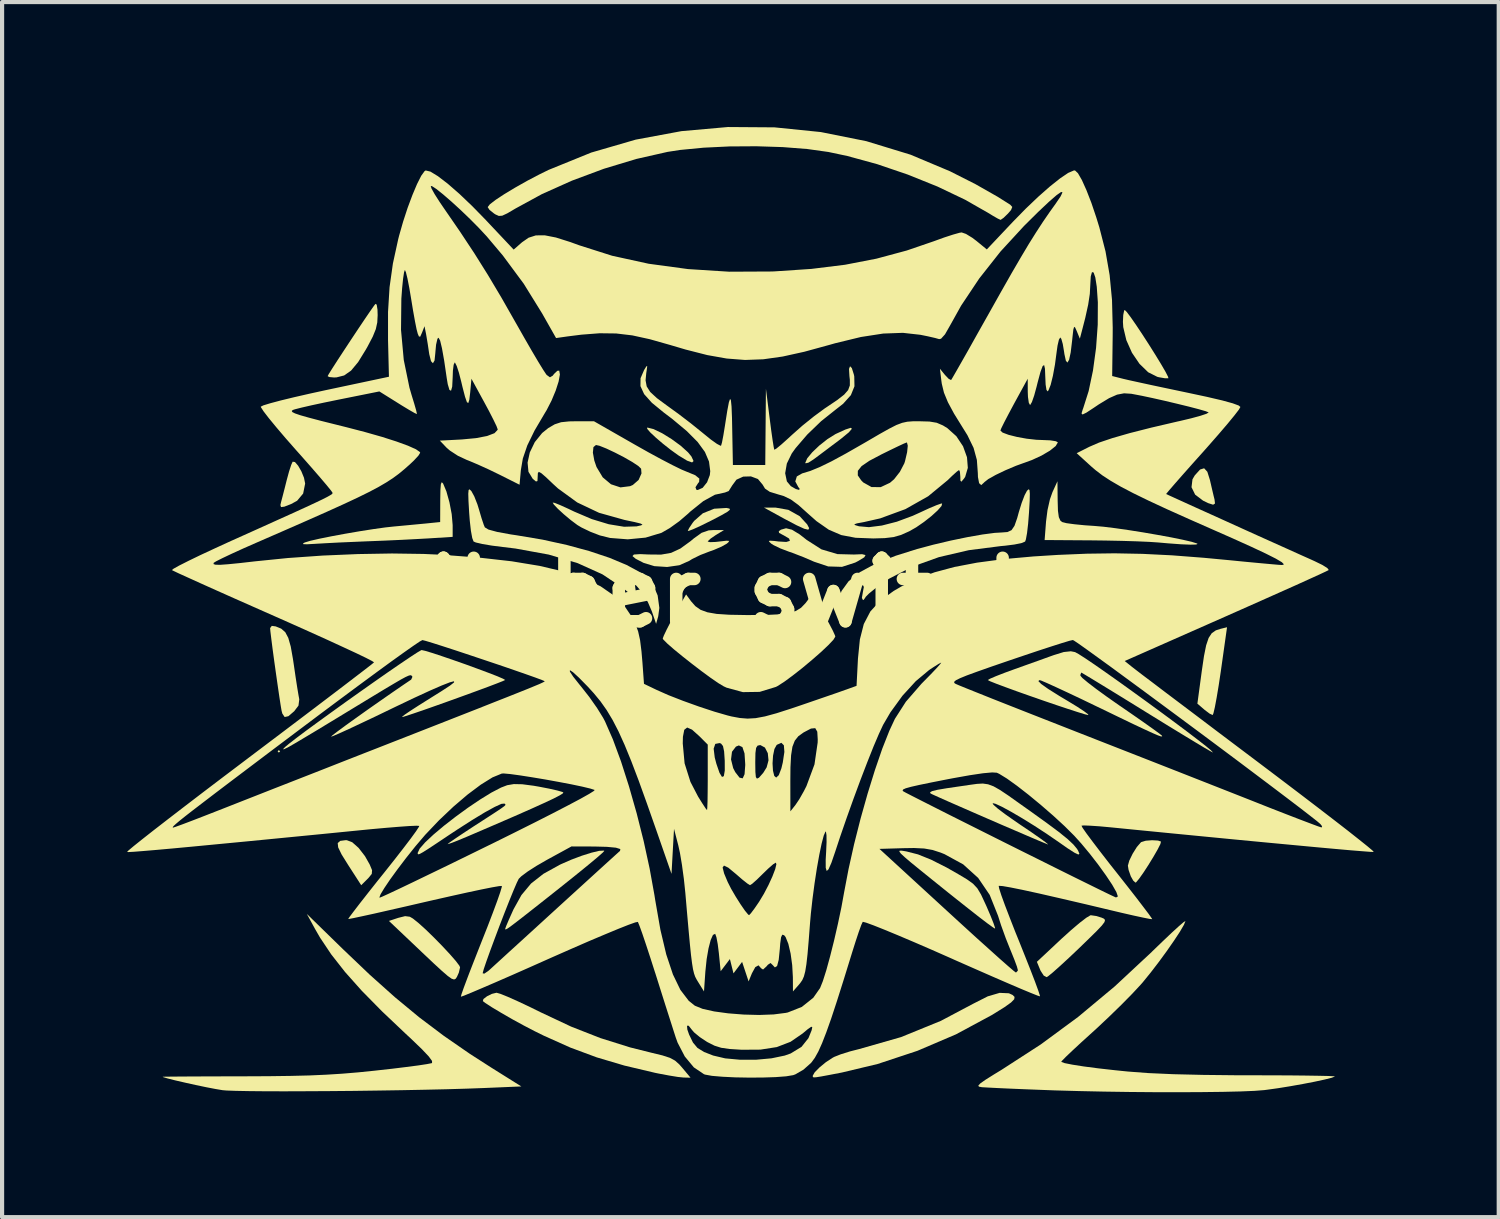
<source format=kicad_pcb>
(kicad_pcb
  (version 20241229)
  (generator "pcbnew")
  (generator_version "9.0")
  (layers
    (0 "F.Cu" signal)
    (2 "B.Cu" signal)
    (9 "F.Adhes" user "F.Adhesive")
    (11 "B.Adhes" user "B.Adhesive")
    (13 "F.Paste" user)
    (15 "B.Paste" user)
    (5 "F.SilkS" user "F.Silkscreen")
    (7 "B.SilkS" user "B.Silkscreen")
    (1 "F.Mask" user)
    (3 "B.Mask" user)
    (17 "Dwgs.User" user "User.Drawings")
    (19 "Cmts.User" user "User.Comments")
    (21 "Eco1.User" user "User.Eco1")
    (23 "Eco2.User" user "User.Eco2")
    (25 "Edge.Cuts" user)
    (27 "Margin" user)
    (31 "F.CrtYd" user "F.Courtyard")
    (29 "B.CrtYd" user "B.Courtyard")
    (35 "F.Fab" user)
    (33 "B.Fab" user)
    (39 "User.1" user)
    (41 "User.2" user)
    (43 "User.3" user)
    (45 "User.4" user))
  (footprint "witcher_switcher"
    (layer "F.Cu")
    (at 14.965 11.178)
    (property "Reference" "witcher_switcher" (at 0 0 0) (layer "F.SilkS") (effects (font (size 1.524 1.524) (thickness 0.3))))
    (attr board_only exclude_from_pos_files exclude_from_bom)
    (fp_poly (pts (xy -11.289 3.813) (xy -11.319 3.843) (xy -11.349 3.813) (xy -11.319 3.783)) (stroke (width 0) (type solid)) (fill yes) (layer "F.SilkS"))
    (fp_poly (pts (xy 0.914 -1.986) (xy 1.187 -1.833) (xy 1.367 -1.636) (xy 1.414 -1.545) (xy 1.393 -1.509) (xy 1.295 -1.532) (xy 1.114 -1.615) (xy 0.839 -1.76) (xy 0.811 -1.775) (xy 0.33 -2.039) (xy 0.607 -2.04)) (stroke (width 0) (type solid)) (fill yes) (layer "F.SilkS"))
    (fp_poly (pts (xy -9.557 5.996) (xy -9.404 6.132) (xy -9.251 6.33) (xy -9.138 6.53) (xy -9.081 6.667) (xy -9.088 6.756) (xy -9.169 6.855) (xy -9.192 6.878) (xy -9.342 7.027) (xy -9.658 6.537) (xy -9.813 6.288) (xy -9.895 6.119) (xy -9.906 6.016) (xy -9.847 5.963) (xy -9.719 5.946) (xy -9.688 5.946)) (stroke (width 0) (type solid)) (fill yes) (layer "F.SilkS"))
    (fp_poly (pts (xy 10.975 -2.9) (xy 11.038 -2.699) (xy 11.04 -2.69) (xy 11.088 -2.482) (xy 11.13 -2.304) (xy 11.147 -2.237) (xy 11.159 -2.138) (xy 11.114 -2.109) (xy 10.995 -2.147) (xy 10.872 -2.207) (xy 10.682 -2.351) (xy 10.595 -2.529) (xy 10.618 -2.719) (xy 10.673 -2.813) (xy 10.801 -2.954) (xy 10.898 -2.984)) (stroke (width 0) (type solid)) (fill yes) (layer "F.SilkS"))
    (fp_poly (pts (xy -2.323 -3.925) (xy -2.117 -3.826) (xy -1.889 -3.685) (xy -1.67 -3.525) (xy -1.494 -3.366) (xy -1.414 -3.269) (xy -1.362 -3.158) (xy -1.397 -3.124) (xy -1.515 -3.166) (xy -1.71 -3.284) (xy -1.717 -3.288) (xy -1.906 -3.423) (xy -2.096 -3.573) (xy -2.267 -3.719) (xy -2.4 -3.844) (xy -2.475 -3.931) (xy -2.475 -3.963)) (stroke (width 0) (type solid)) (fill yes) (layer "F.SilkS"))
    (fp_poly (pts (xy -0.569 -2.031) (xy -0.499 -2.016) (xy -0.488 -1.989) (xy -0.547 -1.94) (xy -0.689 -1.858) (xy -0.926 -1.734) (xy -0.946 -1.724) (xy -1.174 -1.611) (xy -1.357 -1.527) (xy -1.472 -1.482) (xy -1.501 -1.48) (xy -1.468 -1.548) (xy -1.385 -1.672) (xy -1.349 -1.719) (xy -1.139 -1.903) (xy -0.866 -2.013) (xy -0.573 -2.031)) (stroke (width 0) (type solid)) (fill yes) (layer "F.SilkS"))
    (fp_poly (pts (xy 11.299 1.888) (xy 11.248 2.227) (xy 11.199 2.521) (xy 11.156 2.751) (xy 11.122 2.897) (xy 11.102 2.942) (xy 11.029 2.907) (xy 10.912 2.819) (xy 10.896 2.805) (xy 10.736 2.668) (xy 10.841 1.889) (xy 10.894 1.528) (xy 10.946 1.268) (xy 11.006 1.09) (xy 11.081 0.976) (xy 11.179 0.908) (xy 11.293 0.871) (xy 11.448 0.833)) (stroke (width 0) (type solid)) (fill yes) (layer "F.SilkS"))
    (fp_poly (pts (xy -10.933 -3.134) (xy -10.856 -3.045) (xy -10.778 -2.909) (xy -10.716 -2.757) (xy -10.689 -2.623) (xy -10.688 -2.616) (xy -10.736 -2.377) (xy -10.881 -2.204) (xy -11.022 -2.127) (xy -11.188 -2.062) (xy -11.268 -2.052) (xy -11.282 -2.102) (xy -11.265 -2.177) (xy -11.231 -2.305) (xy -11.18 -2.503) (xy -11.13 -2.702) (xy -11.074 -2.908) (xy -11.022 -3.067) (xy -10.988 -3.142)) (stroke (width 0) (type solid)) (fill yes) (layer "F.SilkS"))
    (fp_poly (pts (xy 2.441 -3.933) (xy 2.367 -3.847) (xy 2.19 -3.701) (xy 2.126 -3.652) (xy 1.907 -3.488) (xy 1.7 -3.332) (xy 1.542 -3.214) (xy 1.516 -3.195) (xy 1.397 -3.119) (xy 1.328 -3.103) (xy 1.321 -3.115) (xy 1.367 -3.222) (xy 1.489 -3.369) (xy 1.659 -3.531) (xy 1.853 -3.684) (xy 2.043 -3.803) (xy 2.057 -3.81) (xy 2.286 -3.915) (xy 2.414 -3.956)) (stroke (width 0) (type solid)) (fill yes) (layer "F.SilkS"))
    (fp_poly (pts (xy 9.791 5.955) (xy 9.862 5.979) (xy 9.847 6.04) (xy 9.78 6.172) (xy 9.678 6.349) (xy 9.559 6.543) (xy 9.439 6.727) (xy 9.335 6.874) (xy 9.265 6.957) (xy 9.249 6.965) (xy 9.196 6.917) (xy 9.137 6.813) (xy 9.084 6.661) (xy 9.067 6.557) (xy 9.101 6.436) (xy 9.182 6.27) (xy 9.283 6.109) (xy 9.377 6) (xy 9.39 5.991) (xy 9.495 5.959) (xy 9.648 5.947)) (stroke (width 0) (type solid)) (fill yes) (layer "F.SilkS"))
    (fp_poly (pts (xy 9.04 -6.737) (xy 9.136 -6.61) (xy 9.266 -6.422) (xy 9.417 -6.195) (xy 9.576 -5.949) (xy 9.73 -5.704) (xy 9.866 -5.481) (xy 9.971 -5.3) (xy 10.032 -5.181) (xy 10.04 -5.145) (xy 9.959 -5.145) (xy 9.813 -5.17) (xy 9.773 -5.18) (xy 9.554 -5.29) (xy 9.346 -5.492) (xy 9.165 -5.758) (xy 9.03 -6.061) (xy 8.956 -6.373) (xy 8.948 -6.5) (xy 8.956 -6.666) (xy 8.977 -6.769) (xy 8.992 -6.785)) (stroke (width 0) (type solid)) (fill yes) (layer "F.SilkS"))
    (fp_poly (pts (xy -8.175 7.784) (xy -8.101 7.827) (xy -7.965 7.936) (xy -7.788 8.096) (xy -7.592 8.287) (xy -7.394 8.489) (xy -7.214 8.682) (xy -7.071 8.846) (xy -6.984 8.961) (xy -6.968 9) (xy -6.998 9.127) (xy -7.044 9.23) (xy -7.074 9.274) (xy -7.112 9.291) (xy -7.171 9.272) (xy -7.264 9.206) (xy -7.403 9.086) (xy -7.603 8.902) (xy -7.875 8.645) (xy -7.897 8.624) (xy -8.676 7.885) (xy -8.452 7.811) (xy -8.288 7.77)) (stroke (width 0) (type solid)) (fill yes) (layer "F.SilkS"))
    (fp_poly (pts (xy 8.309 7.767) (xy 8.436 7.806) (xy 8.492 7.831) (xy 8.518 7.862) (xy 8.505 7.913) (xy 8.442 7.996) (xy 8.32 8.125) (xy 8.13 8.312) (xy 7.893 8.542) (xy 7.651 8.771) (xy 7.436 8.969) (xy 7.264 9.122) (xy 7.151 9.214) (xy 7.117 9.235) (xy 7.047 9.198) (xy 6.972 9.083) (xy 6.962 9.06) (xy 6.882 8.867) (xy 7.479 8.308) (xy 7.706 8.103) (xy 7.909 7.931) (xy 8.068 7.809) (xy 8.165 7.751) (xy 8.178 7.748)) (stroke (width 0) (type solid)) (fill yes) (layer "F.SilkS"))
    (fp_poly (pts (xy -8.97 -6.913) (xy -8.951 -6.794) (xy -8.947 -6.662) (xy -8.956 -6.486) (xy -8.991 -6.326) (xy -9.064 -6.146) (xy -9.187 -5.911) (xy -9.23 -5.835) (xy -9.416 -5.533) (xy -9.585 -5.33) (xy -9.751 -5.213) (xy -9.933 -5.167) (xy -9.995 -5.164) (xy -10.109 -5.175) (xy -10.148 -5.196) (xy -10.117 -5.253) (xy -10.031 -5.39) (xy -9.905 -5.586) (xy -9.751 -5.821) (xy -9.583 -6.076) (xy -9.415 -6.329) (xy -9.258 -6.563) (xy -9.127 -6.755) (xy -9.035 -6.886) (xy -8.999 -6.932)) (stroke (width 0) (type solid)) (fill yes) (layer "F.SilkS"))
    (fp_poly (pts (xy -11.394 0.813) (xy -11.263 0.867) (xy -11.166 0.951) (xy -11.093 1.088) (xy -11.034 1.295) (xy -10.981 1.595) (xy -10.959 1.741) (xy -10.917 2.029) (xy -10.878 2.282) (xy -10.846 2.473) (xy -10.829 2.564) (xy -10.848 2.714) (xy -10.95 2.849) (xy -11.09 2.969) (xy -11.18 2.989) (xy -11.236 2.906) (xy -11.254 2.837) (xy -11.275 2.714) (xy -11.307 2.506) (xy -11.346 2.24) (xy -11.389 1.94) (xy -11.432 1.633) (xy -11.471 1.344) (xy -11.502 1.101) (xy -11.523 0.927) (xy -11.529 0.853) (xy -11.489 0.8)) (stroke (width 0) (type solid)) (fill yes) (layer "F.SilkS"))
    (fp_poly (pts (xy -3.504 6.203) (xy -3.543 6.245) (xy -3.663 6.351) (xy -3.852 6.509) (xy -4.097 6.709) (xy -4.386 6.941) (xy -4.574 7.091) (xy -4.959 7.396) (xy -5.261 7.634) (xy -5.488 7.812) (xy -5.653 7.939) (xy -5.764 8.023) (xy -5.833 8.07) (xy -5.869 8.088) (xy -5.883 8.086) (xy -5.885 8.076) (xy -5.861 8.007) (xy -5.798 7.859) (xy -5.709 7.66) (xy -5.685 7.607) (xy -5.494 7.263) (xy -5.264 6.987) (xy -4.967 6.754) (xy -4.579 6.539) (xy -4.544 6.522) (xy -4.297 6.414) (xy -4.044 6.319) (xy -3.812 6.246) (xy -3.628 6.202) (xy -3.519 6.196)) (stroke (width 0) (type solid)) (fill yes) (layer "F.SilkS"))
    (fp_poly (pts (xy 3.709 6.209) (xy 3.753 6.217) (xy 4.027 6.287) (xy 4.342 6.414) (xy 4.718 6.604) (xy 4.99 6.759) (xy 5.204 6.887) (xy 5.349 6.991) (xy 5.452 7.102) (xy 5.541 7.251) (xy 5.643 7.47) (xy 5.674 7.538) (xy 5.77 7.762) (xy 5.841 7.941) (xy 5.877 8.049) (xy 5.878 8.07) (xy 5.827 8.039) (xy 5.695 7.944) (xy 5.497 7.793) (xy 5.246 7.596) (xy 4.954 7.365) (xy 4.757 7.208) (xy 4.374 6.9) (xy 4.077 6.66) (xy 3.856 6.48) (xy 3.705 6.351) (xy 3.615 6.267) (xy 3.579 6.218) (xy 3.588 6.198) (xy 3.633 6.197)) (stroke (width 0) (type solid)) (fill yes) (layer "F.SilkS"))
    (fp_poly (pts (xy 6.21 9.622) (xy 6.298 9.662) (xy 6.346 9.709) (xy 6.338 9.765) (xy 6.262 9.843) (xy 6.107 9.954) (xy 5.86 10.108) (xy 5.794 10.148) (xy 4.94 10.608) (xy 4.015 11.003) (xy 3.058 11.32) (xy 2.2 11.525) (xy 1.904 11.582) (xy 1.705 11.619) (xy 1.585 11.638) (xy 1.525 11.642) (xy 1.503 11.632) (xy 1.501 11.61) (xy 1.501 11.6) (xy 1.547 11.52) (xy 1.662 11.403) (xy 1.815 11.277) (xy 1.975 11.172) (xy 2.017 11.149) (xy 2.171 11.088) (xy 2.394 11.018) (xy 2.617 10.961) (xy 3.621 10.674) (xy 4.577 10.284) (xy 5.349 9.875) (xy 5.702 9.696) (xy 5.988 9.612)) (stroke (width 0) (type solid)) (fill yes) (layer "F.SilkS"))
    (fp_poly (pts (xy 1.001 -1.509) (xy 1.185 -1.397) (xy 1.355 -1.264) (xy 1.71 -1.037) (xy 2.094 -0.923) (xy 2.488 -0.913) (xy 2.686 -0.921) (xy 2.768 -0.9) (xy 2.737 -0.846) (xy 2.591 -0.757) (xy 2.52 -0.72) (xy 2.203 -0.617) (xy 1.871 -0.627) (xy 1.531 -0.741) (xy 1.286 -0.847) (xy 1.02 -0.95) (xy 0.925 -0.983) (xy 0.727 -1.058) (xy 0.563 -1.137) (xy 0.504 -1.174) (xy 0.447 -1.226) (xy 0.465 -1.246) (xy 0.575 -1.239) (xy 0.676 -1.226) (xy 0.865 -1.215) (xy 0.952 -1.241) (xy 0.932 -1.297) (xy 0.799 -1.376) (xy 0.797 -1.376) (xy 0.691 -1.433) (xy 0.685 -1.474) (xy 0.738 -1.51) (xy 0.859 -1.544)) (stroke (width 0) (type solid)) (fill yes) (layer "F.SilkS"))
    (fp_poly (pts (xy -0.63 -1.501) (xy -0.826 -1.382) (xy -0.951 -1.296) (xy -1.018 -1.234) (xy -1.021 -1.225) (xy -0.968 -1.21) (xy -0.832 -1.215) (xy -0.736 -1.226) (xy -0.57 -1.245) (xy -0.506 -1.24) (xy -0.526 -1.206) (xy -0.564 -1.174) (xy -0.687 -1.104) (xy -0.872 -1.024) (xy -0.985 -0.984) (xy -1.2 -0.901) (xy -1.397 -0.804) (xy -1.467 -0.76) (xy -1.703 -0.656) (xy -1.997 -0.614) (xy -2.303 -0.634) (xy -2.56 -0.712) (xy -2.75 -0.81) (xy -2.829 -0.876) (xy -2.794 -0.913) (xy -2.644 -0.923) (xy -2.441 -0.914) (xy -2.141 -0.911) (xy -1.901 -0.953) (xy -1.679 -1.056) (xy -1.435 -1.233) (xy -1.355 -1.3) (xy -1.169 -1.434) (xy -0.998 -1.493) (xy -0.875 -1.501)) (stroke (width 0) (type solid)) (fill yes) (layer "F.SilkS"))
    (fp_poly (pts (xy 7.381 -2.209) (xy 7.388 -1.963) (xy 7.409 -1.811) (xy 7.447 -1.726) (xy 7.491 -1.692) (xy 7.592 -1.666) (xy 7.783 -1.64) (xy 8.035 -1.615) (xy 8.257 -1.6) (xy 8.477 -1.581) (xy 8.762 -1.546) (xy 9.089 -1.499) (xy 9.437 -1.444) (xy 9.783 -1.384) (xy 10.106 -1.325) (xy 10.385 -1.268) (xy 10.597 -1.219) (xy 10.721 -1.18) (xy 10.741 -1.168) (xy 10.706 -1.153) (xy 10.567 -1.15) (xy 10.341 -1.159) (xy 10.041 -1.181) (xy 9.788 -1.203) (xy 9.579 -1.217) (xy 9.279 -1.23) (xy 8.919 -1.241) (xy 8.527 -1.249) (xy 8.203 -1.253) (xy 7.068 -1.261) (xy 7.102 -1.705) (xy 7.137 -1.979) (xy 7.196 -2.241) (xy 7.256 -2.41) (xy 7.376 -2.672)) (stroke (width 0) (type solid)) (fill yes) (layer "F.SilkS"))
    (fp_poly (pts (xy -6.001 9.635) (xy -5.822 9.707) (xy -5.578 9.816) (xy -5.287 9.953) (xy -5.042 10.074) (xy -4.302 10.422) (xy -3.598 10.698) (xy -2.887 10.921) (xy -2.372 11.05) (xy -2.108 11.114) (xy -1.93 11.172) (xy -1.806 11.239) (xy -1.703 11.331) (xy -1.633 11.411) (xy -1.434 11.649) (xy -1.603 11.645) (xy -1.739 11.631) (xy -1.953 11.596) (xy -2.204 11.549) (xy -2.282 11.533) (xy -3.022 11.358) (xy -3.686 11.161) (xy -4.317 10.927) (xy -4.958 10.64) (xy -5.179 10.531) (xy -5.438 10.396) (xy -5.713 10.246) (xy -5.975 10.095) (xy -6.201 9.96) (xy -6.363 9.855) (xy -6.421 9.81) (xy -6.407 9.76) (xy -6.321 9.694) (xy -6.203 9.636) (xy -6.093 9.609) (xy -6.093 9.609)) (stroke (width 0) (type solid)) (fill yes) (layer "F.SilkS"))
    (fp_poly (pts (xy -7.376 -2.619) (xy -7.296 -2.428) (xy -7.223 -2.166) (xy -7.169 -1.884) (xy -7.147 -1.631) (xy -7.146 -1.614) (xy -7.146 -1.337) (xy -7.731 -1.3) (xy -8.02 -1.284) (xy -8.385 -1.265) (xy -8.779 -1.247) (xy -9.158 -1.232) (xy -9.187 -1.231) (xy -9.538 -1.216) (xy -9.884 -1.201) (xy -10.188 -1.185) (xy -10.415 -1.172) (xy -10.448 -1.17) (xy -10.648 -1.159) (xy -10.738 -1.163) (xy -10.731 -1.185) (xy -10.695 -1.203) (xy -10.566 -1.242) (xy -10.344 -1.293) (xy -10.056 -1.351) (xy -9.727 -1.412) (xy -9.384 -1.471) (xy -9.053 -1.523) (xy -8.76 -1.564) (xy -8.557 -1.586) (xy -8.276 -1.612) (xy -7.982 -1.64) (xy -7.791 -1.658) (xy -7.446 -1.693) (xy -7.444 -2.213) (xy -7.44 -2.461) (xy -7.429 -2.602) (xy -7.408 -2.65)) (stroke (width 0) (type solid)) (fill yes) (layer "F.SilkS"))
    (fp_poly (pts (xy -6.704 -2.444) (xy -6.694 -2.432) (xy -6.626 -2.307) (xy -6.551 -2.116) (xy -6.51 -1.982) (xy -6.452 -1.784) (xy -6.399 -1.626) (xy -6.373 -1.565) (xy -6.285 -1.512) (xy -6.078 -1.456) (xy -5.752 -1.396) (xy -5.61 -1.375) (xy -4.99 -1.271) (xy -4.403 -1.142) (xy -3.862 -0.995) (xy -3.38 -0.834) (xy -2.971 -0.663) (xy -2.647 -0.488) (xy -2.423 -0.312) (xy -2.345 -0.215) (xy -2.224 0.069) (xy -2.183 0.369) (xy -2.21 0.57) (xy -2.261 0.751) (xy -2.364 0.45) (xy -2.456 0.235) (xy -2.57 0.037) (xy -2.62 -0.03) (xy -2.773 -0.21) (xy -2.749 -0.024) (xy -2.726 0.162) (xy -3.059 -0.11) (xy -3.551 -0.438) (xy -4.145 -0.706) (xy -4.841 -0.912) (xy -5.637 -1.057) (xy -5.935 -1.093) (xy -6.204 -1.127) (xy -6.432 -1.165) (xy -6.589 -1.202) (xy -6.644 -1.226) (xy -6.676 -1.31) (xy -6.708 -1.486) (xy -6.735 -1.725) (xy -6.75 -1.922) (xy -6.766 -2.199) (xy -6.771 -2.374) (xy -6.763 -2.462) (xy -6.742 -2.479)) (stroke (width 0) (type solid)) (fill yes) (layer "F.SilkS"))
    (fp_poly (pts (xy 1.764 0.513) (xy 1.886 0.73) (xy 1.981 0.912) (xy 2.035 1.031) (xy 2.042 1.058) (xy 1.997 1.133) (xy 1.875 1.262) (xy 1.698 1.429) (xy 1.483 1.617) (xy 1.252 1.81) (xy 1.024 1.989) (xy 0.819 2.14) (xy 0.658 2.244) (xy 0.615 2.266) (xy 0.226 2.385) (xy -0.177 2.391) (xy -0.569 2.284) (xy -0.64 2.251) (xy -0.768 2.174) (xy -0.951 2.048) (xy -1.169 1.888) (xy -1.403 1.709) (xy -1.631 1.529) (xy -1.835 1.362) (xy -1.993 1.224) (xy -2.086 1.131) (xy -2.102 1.104) (xy -2.075 1.032) (xy -2.004 0.883) (xy -1.904 0.689) (xy -1.79 0.477) (xy -1.694 0.308) (xy -1.541 0.045) (xy -1.421 0.21) (xy -1.318 0.327) (xy -1.194 0.414) (xy -1.03 0.474) (xy -0.806 0.513) (xy -0.505 0.533) (xy -0.107 0.54) (xy 0.001 0.54) (xy 0.405 0.537) (xy 0.709 0.522) (xy 0.933 0.492) (xy 1.097 0.441) (xy 1.221 0.364) (xy 1.325 0.256) (xy 1.367 0.201) (xy 1.486 0.038)) (stroke (width 0) (type solid)) (fill yes) (layer "F.SilkS"))
    (fp_poly (pts (xy 0.582 -11.17) (xy 1.695 -11.057) (xy 2.788 -10.838) (xy 3.848 -10.514) (xy 4.795 -10.116) (xy 5.406 -9.807) (xy 5.939 -9.504) (xy 6.243 -9.312) (xy 6.291 -9.259) (xy 6.262 -9.186) (xy 6.188 -9.1) (xy 6.083 -8.998) (xy 6.014 -8.95) (xy 6.009 -8.949) (xy 5.942 -8.98) (xy 5.812 -9.055) (xy 5.735 -9.103) (xy 5.159 -9.432) (xy 4.497 -9.748) (xy 3.782 -10.036) (xy 3.048 -10.286) (xy 2.329 -10.483) (xy 1.875 -10.579) (xy 1.368 -10.65) (xy 0.78 -10.696) (xy 0.146 -10.716) (xy -0.499 -10.712) (xy -1.12 -10.682) (xy -1.68 -10.628) (xy -1.986 -10.581) (xy -2.736 -10.411) (xy -3.514 -10.176) (xy -4.282 -9.89) (xy -5.005 -9.566) (xy -5.645 -9.217) (xy -5.646 -9.216) (xy -5.835 -9.105) (xy -5.955 -9.049) (xy -6.037 -9.043) (xy -6.116 -9.078) (xy -6.152 -9.101) (xy -6.261 -9.188) (xy -6.305 -9.255) (xy -6.254 -9.321) (xy -6.116 -9.428) (xy -5.908 -9.565) (xy -5.651 -9.72) (xy -5.363 -9.883) (xy -5.064 -10.04) (xy -4.842 -10.149) (xy -3.818 -10.565) (xy -2.751 -10.875) (xy -1.653 -11.079) (xy -0.538 -11.178)) (stroke (width 0) (type solid)) (fill yes) (layer "F.SilkS"))
    (fp_poly (pts (xy 5.71 4.604) (xy 5.84 4.652) (xy 5.994 4.739) (xy 6.192 4.871) (xy 6.452 5.056) (xy 6.755 5.271) (xy 7.126 5.538) (xy 7.409 5.749) (xy 7.615 5.915) (xy 7.756 6.047) (xy 7.846 6.155) (xy 7.873 6.2) (xy 7.903 6.273) (xy 7.878 6.291) (xy 7.787 6.248) (xy 7.62 6.141) (xy 7.416 5.998) (xy 7.126 5.799) (xy 6.826 5.603) (xy 6.534 5.422) (xy 6.268 5.266) (xy 6.047 5.146) (xy 5.89 5.073) (xy 5.818 5.056) (xy 5.839 5.096) (xy 5.945 5.189) (xy 6.122 5.323) (xy 6.354 5.486) (xy 6.49 5.579) (xy 6.742 5.749) (xy 6.945 5.89) (xy 7.086 5.992) (xy 7.149 6.044) (xy 7.146 6.048) (xy 7.067 6.016) (xy 6.899 5.946) (xy 6.66 5.844) (xy 6.369 5.719) (xy 6.043 5.579) (xy 5.702 5.431) (xy 5.362 5.283) (xy 5.042 5.143) (xy 4.761 5.02) (xy 4.536 4.92) (xy 4.386 4.852) (xy 4.328 4.824) (xy 4.318 4.795) (xy 4.369 4.767) (xy 4.497 4.736) (xy 4.716 4.699) (xy 5.038 4.652) (xy 5.269 4.618) (xy 5.444 4.594) (xy 5.585 4.586)) (stroke (width 0) (type solid)) (fill yes) (layer "F.SilkS"))
    (fp_poly (pts (xy -5.476 4.603) (xy -5.201 4.639) (xy -5.074 4.661) (xy -4.831 4.708) (xy -4.633 4.753) (xy -4.511 4.788) (xy -4.488 4.8) (xy -4.502 4.824) (xy -4.579 4.872) (xy -4.726 4.948) (xy -4.95 5.053) (xy -5.257 5.192) (xy -5.654 5.367) (xy -6.148 5.581) (xy -6.746 5.838) (xy -6.8 5.861) (xy -7.011 5.949) (xy -7.172 6.012) (xy -7.258 6.04) (xy -7.266 6.039) (xy -7.218 6) (xy -7.088 5.91) (xy -6.894 5.78) (xy -6.654 5.622) (xy -6.59 5.581) (xy -6.304 5.396) (xy -6.104 5.266) (xy -5.977 5.181) (xy -5.906 5.129) (xy -5.879 5.101) (xy -5.881 5.085) (xy -5.898 5.07) (xy -5.902 5.067) (xy -5.976 5.074) (xy -6.136 5.147) (xy -6.374 5.278) (xy -6.679 5.463) (xy -7.041 5.695) (xy -7.236 5.824) (xy -7.523 6.016) (xy -7.726 6.15) (xy -7.859 6.234) (xy -7.937 6.277) (xy -7.974 6.286) (xy -7.985 6.27) (xy -7.986 6.251) (xy -7.938 6.149) (xy -7.805 5.997) (xy -7.605 5.81) (xy -7.355 5.6) (xy -7.074 5.382) (xy -6.779 5.167) (xy -6.487 4.97) (xy -6.217 4.804) (xy -5.985 4.683) (xy -5.837 4.626) (xy -5.677 4.599)) (stroke (width 0) (type solid)) (fill yes) (layer "F.SilkS"))
    (fp_poly (pts (xy 6.705 -2.462) (xy 6.713 -2.375) (xy 6.709 -2.201) (xy 6.693 -1.923) (xy 6.693 -1.922) (xy 6.672 -1.654) (xy 6.646 -1.429) (xy 6.618 -1.275) (xy 6.599 -1.224) (xy 6.518 -1.19) (xy 6.347 -1.154) (xy 6.119 -1.125) (xy 6.019 -1.116) (xy 5.246 -1.017) (xy 4.532 -0.851) (xy 3.89 -0.621) (xy 3.336 -0.334) (xy 3.185 -0.234) (xy 2.994 -0.093) (xy 2.848 0.026) (xy 2.769 0.106) (xy 2.762 0.122) (xy 2.719 0.179) (xy 2.706 0.18) (xy 2.68 0.13) (xy 2.702 0) (xy 2.727 -0.134) (xy 2.705 -0.179) (xy 2.649 -0.147) (xy 2.57 -0.054) (xy 2.481 0.086) (xy 2.396 0.259) (xy 2.335 0.42) (xy 2.263 0.609) (xy 2.206 0.679) (xy 2.16 0.634) (xy 2.128 0.512) (xy 2.114 0.225) (xy 2.19 -0.035) (xy 2.361 -0.271) (xy 2.631 -0.489) (xy 3.007 -0.692) (xy 3.493 -0.884) (xy 4.006 -1.045) (xy 4.399 -1.15) (xy 4.81 -1.247) (xy 5.211 -1.33) (xy 5.574 -1.394) (xy 5.871 -1.433) (xy 6.03 -1.442) (xy 6.175 -1.453) (xy 6.273 -1.498) (xy 6.344 -1.602) (xy 6.409 -1.787) (xy 6.449 -1.933) (xy 6.517 -2.153) (xy 6.588 -2.338) (xy 6.644 -2.443) (xy 6.683 -2.48)) (stroke (width 0) (type solid)) (fill yes) (layer "F.SilkS"))
    (fp_poly (pts (xy -9.782 8.561) (xy -9.136 9.177) (xy -8.533 9.716) (xy -7.949 10.199) (xy -7.357 10.645) (xy -6.732 11.077) (xy -6.215 11.409) (xy -5.497 11.859) (xy -6.396 11.897) (xy -6.808 11.912) (xy -7.283 11.926) (xy -7.807 11.938) (xy -8.366 11.949) (xy -8.945 11.958) (xy -9.53 11.966) (xy -10.106 11.971) (xy -10.659 11.974) (xy -11.175 11.976) (xy -11.639 11.975) (xy -12.036 11.971) (xy -12.353 11.965) (xy -12.575 11.957) (xy -12.67 11.949) (xy -12.837 11.921) (xy -13.061 11.878) (xy -13.314 11.825) (xy -13.571 11.768) (xy -13.805 11.714) (xy -13.988 11.668) (xy -14.095 11.636) (xy -14.111 11.627) (xy -14.053 11.625) (xy -13.89 11.623) (xy -13.634 11.621) (xy -13.301 11.619) (xy -12.905 11.618) (xy -12.459 11.616) (xy -12.175 11.616) (xy -11.558 11.613) (xy -11.037 11.606) (xy -10.586 11.595) (xy -10.182 11.577) (xy -9.8 11.553) (xy -9.415 11.521) (xy -9.003 11.479) (xy -8.979 11.476) (xy -8.6 11.434) (xy -8.259 11.392) (xy -7.975 11.355) (xy -7.766 11.323) (xy -7.653 11.301) (xy -7.641 11.296) (xy -7.641 11.247) (xy -7.719 11.14) (xy -7.88 10.969) (xy -8.128 10.73) (xy -8.269 10.599) (xy -8.844 10.054) (xy -9.328 9.562) (xy -9.73 9.111) (xy -10.061 8.689) (xy -10.331 8.285) (xy -10.451 8.076) (xy -10.648 7.716)) (stroke (width 0) (type solid)) (fill yes) (layer "F.SilkS"))
    (fp_poly (pts (xy 10.449 7.887) (xy 10.413 7.978) (xy 10.317 8.143) (xy 10.174 8.36) (xy 10 8.61) (xy 9.809 8.871) (xy 9.615 9.124) (xy 9.433 9.348) (xy 9.373 9.417) (xy 9.172 9.633) (xy 8.91 9.899) (xy 8.614 10.187) (xy 8.314 10.469) (xy 8.196 10.576) (xy 7.95 10.799) (xy 7.74 10.994) (xy 7.58 11.146) (xy 7.486 11.242) (xy 7.466 11.269) (xy 7.548 11.299) (xy 7.734 11.336) (xy 8.008 11.379) (xy 8.352 11.424) (xy 8.751 11.469) (xy 9.067 11.501) (xy 9.553 11.538) (xy 10.157 11.565) (xy 10.878 11.582) (xy 11.713 11.591) (xy 12.034 11.591) (xy 12.513 11.592) (xy 12.95 11.594) (xy 13.332 11.598) (xy 13.645 11.603) (xy 13.876 11.608) (xy 14.011 11.615) (xy 14.04 11.62) (xy 13.963 11.65) (xy 13.792 11.693) (xy 13.553 11.745) (xy 13.269 11.8) (xy 12.966 11.854) (xy 12.669 11.902) (xy 12.403 11.939) (xy 12.34 11.947) (xy 12.108 11.965) (xy 11.772 11.979) (xy 11.349 11.989) (xy 10.855 11.995) (xy 10.306 11.998) (xy 9.719 11.997) (xy 9.11 11.992) (xy 8.495 11.983) (xy 7.89 11.97) (xy 7.313 11.954) (xy 6.996 11.942) (xy 6.607 11.927) (xy 6.249 11.912) (xy 5.943 11.898) (xy 5.71 11.886) (xy 5.571 11.878) (xy 5.554 11.876) (xy 5.49 11.864) (xy 5.476 11.837) (xy 5.524 11.786) (xy 5.646 11.7) (xy 5.853 11.57) (xy 6.035 11.459) (xy 6.976 10.85) (xy 7.872 10.19) (xy 8.751 9.457) (xy 9.639 8.63) (xy 9.646 8.622) (xy 9.898 8.379) (xy 10.116 8.172) (xy 10.29 8.013) (xy 10.405 7.914) (xy 10.449 7.886)) (stroke (width 0) (type solid)) (fill yes) (layer "F.SilkS"))
    (fp_poly (pts (xy -7.804 1.4) (xy -7.632 1.452) (xy -7.399 1.529) (xy -7.125 1.623) (xy -6.834 1.725) (xy -6.547 1.83) (xy -6.287 1.927) (xy -6.075 2.009) (xy -5.934 2.07) (xy -5.885 2.099) (xy -5.939 2.125) (xy -6.086 2.183) (xy -6.307 2.267) (xy -6.583 2.369) (xy -6.893 2.482) (xy -7.217 2.599) (xy -7.537 2.713) (xy -7.832 2.817) (xy -8.083 2.903) (xy -8.27 2.965) (xy -8.347 2.988) (xy -8.36 2.982) (xy -8.304 2.937) (xy -8.171 2.846) (xy -7.954 2.706) (xy -7.645 2.512) (xy -7.416 2.369) (xy -7.212 2.236) (xy -7.112 2.157) (xy -7.113 2.13) (xy -7.212 2.155) (xy -7.407 2.231) (xy -7.694 2.356) (xy -8.07 2.529) (xy -8.533 2.75) (xy -8.618 2.791) (xy -8.999 2.975) (xy -9.344 3.138) (xy -9.637 3.276) (xy -9.866 3.38) (xy -10.014 3.444) (xy -10.069 3.462) (xy -10.028 3.424) (xy -9.904 3.329) (xy -9.714 3.189) (xy -9.473 3.016) (xy -9.198 2.82) (xy -8.904 2.614) (xy -8.608 2.408) (xy -8.327 2.215) (xy -8.142 2.09) (xy -8.112 2.024) (xy -8.125 2.003) (xy -8.141 1.989) (xy -8.165 1.985) (xy -8.208 1.997) (xy -8.28 2.03) (xy -8.393 2.091) (xy -8.557 2.187) (xy -8.784 2.322) (xy -9.085 2.504) (xy -9.47 2.738) (xy -9.758 2.913) (xy -10.107 3.125) (xy -10.429 3.32) (xy -10.708 3.487) (xy -10.927 3.617) (xy -11.069 3.699) (xy -11.109 3.721) (xy -11.207 3.767) (xy -11.212 3.753) (xy -11.169 3.708) (xy -11.073 3.628) (xy -10.9 3.494) (xy -10.663 3.316) (xy -10.376 3.106) (xy -10.054 2.873) (xy -9.711 2.626) (xy -9.36 2.377) (xy -9.017 2.135) (xy -8.695 1.91) (xy -8.408 1.713) (xy -8.171 1.553) (xy -7.998 1.44) (xy -7.903 1.385) (xy -7.891 1.381)) (stroke (width 0) (type solid)) (fill yes) (layer "F.SilkS"))
    (fp_poly (pts (xy 7.799 1.43) (xy 7.886 1.478) (xy 8.05 1.583) (xy 8.276 1.736) (xy 8.551 1.928) (xy 8.862 2.148) (xy 9.196 2.388) (xy 9.54 2.637) (xy 9.88 2.886) (xy 10.203 3.125) (xy 10.497 3.345) (xy 10.747 3.536) (xy 10.942 3.688) (xy 11.066 3.792) (xy 11.108 3.838) (xy 11.106 3.84) (xy 11.049 3.81) (xy 10.902 3.725) (xy 10.679 3.591) (xy 10.392 3.417) (xy 10.054 3.211) (xy 9.678 2.979) (xy 9.521 2.882) (xy 9.134 2.643) (xy 8.78 2.425) (xy 8.473 2.237) (xy 8.225 2.086) (xy 8.049 1.98) (xy 7.958 1.926) (xy 7.948 1.922) (xy 7.928 1.969) (xy 7.927 1.997) (xy 7.975 2.052) (xy 8.108 2.163) (xy 8.309 2.317) (xy 8.565 2.503) (xy 8.86 2.71) (xy 8.893 2.732) (xy 9.193 2.939) (xy 9.457 3.123) (xy 9.671 3.275) (xy 9.819 3.383) (xy 9.885 3.436) (xy 9.886 3.438) (xy 9.89 3.455) (xy 9.86 3.454) (xy 9.786 3.428) (xy 9.658 3.373) (xy 9.466 3.285) (xy 9.198 3.159) (xy 8.845 2.989) (xy 8.397 2.772) (xy 8.325 2.738) (xy 7.958 2.561) (xy 7.624 2.403) (xy 7.34 2.271) (xy 7.122 2.172) (xy 6.986 2.114) (xy 6.947 2.102) (xy 6.917 2.125) (xy 6.985 2.195) (xy 7.153 2.314) (xy 7.425 2.485) (xy 7.626 2.605) (xy 7.846 2.739) (xy 8.012 2.848) (xy 8.108 2.92) (xy 8.119 2.942) (xy 8.038 2.924) (xy 7.868 2.872) (xy 7.63 2.795) (xy 7.345 2.7) (xy 7.032 2.593) (xy 6.711 2.481) (xy 6.403 2.372) (xy 6.129 2.272) (xy 5.907 2.189) (xy 5.759 2.13) (xy 5.704 2.101) (xy 5.704 2.101) (xy 5.757 2.069) (xy 5.901 2.007) (xy 6.112 1.925) (xy 6.32 1.849) (xy 6.619 1.742) (xy 6.919 1.635) (xy 7.176 1.542) (xy 7.288 1.502) (xy 7.528 1.428) (xy 7.698 1.41)) (stroke (width 0) (type solid)) (fill yes) (layer "F.SilkS"))
    (fp_poly (pts (xy -2.474 -5.434) (xy -2.488 -5.329) (xy -2.497 -5.274) (xy -2.514 -5.095) (xy -2.487 -4.95) (xy -2.402 -4.816) (xy -2.243 -4.669) (xy -1.995 -4.486) (xy -1.989 -4.482) (xy -1.719 -4.286) (xy -1.426 -4.062) (xy -1.168 -3.854) (xy -1.125 -3.819) (xy -0.945 -3.673) (xy -0.8 -3.57) (xy -0.714 -3.525) (xy -0.701 -3.527) (xy -0.679 -3.604) (xy -0.647 -3.769) (xy -0.611 -3.989) (xy -0.601 -4.053) (xy -0.552 -4.366) (xy -0.514 -4.565) (xy -0.485 -4.65) (xy -0.465 -4.618) (xy -0.45 -4.47) (xy -0.439 -4.203) (xy -0.434 -3.948) (xy -0.417 -3.062) (xy 0.36 -3.062) (xy 0.376 -4.894) (xy 0.467 -4.173) (xy 0.503 -3.893) (xy 0.536 -3.66) (xy 0.562 -3.497) (xy 0.577 -3.429) (xy 0.578 -3.429) (xy 0.627 -3.457) (xy 0.742 -3.551) (xy 0.904 -3.696) (xy 1.005 -3.789) (xy 1.251 -4.007) (xy 1.532 -4.233) (xy 1.792 -4.424) (xy 1.833 -4.451) (xy 2.087 -4.622) (xy 2.254 -4.752) (xy 2.35 -4.862) (xy 2.391 -4.973) (xy 2.391 -5.107) (xy 2.381 -5.198) (xy 2.371 -5.37) (xy 2.396 -5.434) (xy 2.439 -5.389) (xy 2.487 -5.237) (xy 2.497 -5.191) (xy 2.502 -4.953) (xy 2.416 -4.74) (xy 2.229 -4.532) (xy 2.051 -4.393) (xy 1.703 -4.116) (xy 1.369 -3.794) (xy 1.088 -3.467) (xy 0.996 -3.339) (xy 0.878 -3.097) (xy 0.838 -2.865) (xy 0.879 -2.669) (xy 0.974 -2.555) (xy 1.094 -2.486) (xy 1.173 -2.464) (xy 1.186 -2.492) (xy 1.153 -2.534) (xy 1.081 -2.668) (xy 1.118 -2.788) (xy 1.161 -2.813) (xy 2.582 -2.813) (xy 2.664 -2.694) (xy 2.713 -2.644) (xy 2.911 -2.533) (xy 3.132 -2.531) (xy 3.355 -2.636) (xy 3.453 -2.72) (xy 3.593 -2.899) (xy 3.699 -3.102) (xy 3.716 -3.155) (xy 3.766 -3.369) (xy 3.782 -3.526) (xy 3.763 -3.6) (xy 3.754 -3.603) (xy 3.691 -3.578) (xy 3.545 -3.51) (xy 3.338 -3.41) (xy 3.153 -3.319) (xy 2.86 -3.164) (xy 2.673 -3.036) (xy 2.583 -2.923) (xy 2.582 -2.813) (xy 1.161 -2.813) (xy 1.246 -2.861) (xy 1.441 -2.92) (xy 1.67 -3.014) (xy 1.949 -3.15) (xy 2.294 -3.337) (xy 2.72 -3.581) (xy 2.791 -3.622) (xy 3.104 -3.805) (xy 3.336 -3.935) (xy 3.509 -4.023) (xy 3.647 -4.075) (xy 3.77 -4.102) (xy 3.902 -4.112) (xy 4.056 -4.113) (xy 4.303 -4.106) (xy 4.477 -4.077) (xy 4.626 -4.013) (xy 4.732 -3.948) (xy 4.948 -3.754) (xy 5.109 -3.512) (xy 5.204 -3.249) (xy 5.224 -2.994) (xy 5.16 -2.777) (xy 5.132 -2.736) (xy 5.069 -2.661) (xy 5.046 -2.686) (xy 5.044 -2.781) (xy 5.034 -2.899) (xy 5.014 -2.942) (xy 4.959 -2.903) (xy 4.847 -2.802) (xy 4.74 -2.698) (xy 4.272 -2.312) (xy 3.725 -2.003) (xy 3.12 -1.781) (xy 2.732 -1.693) (xy 2.561 -1.661) (xy 2.496 -1.638) (xy 2.526 -1.616) (xy 2.611 -1.591) (xy 2.848 -1.57) (xy 3.16 -1.609) (xy 3.519 -1.701) (xy 3.899 -1.842) (xy 4.069 -1.919) (xy 4.292 -2.022) (xy 4.472 -2.098) (xy 4.584 -2.137) (xy 4.607 -2.138) (xy 4.592 -2.078) (xy 4.498 -1.971) (xy 4.351 -1.837) (xy 4.172 -1.696) (xy 3.984 -1.566) (xy 3.817 -1.471) (xy 3.62 -1.383) (xy 3.44 -1.332) (xy 3.23 -1.307) (xy 2.953 -1.299) (xy 2.53 -1.315) (xy 2.186 -1.38) (xy 1.885 -1.509) (xy 1.591 -1.714) (xy 1.381 -1.9) (xy 1.155 -2.103) (xy 0.974 -2.235) (xy 0.807 -2.316) (xy 0.668 -2.357) (xy 0.469 -2.418) (xy 0.354 -2.496) (xy 0.296 -2.592) (xy 0.184 -2.726) (xy 0.016 -2.789) (xy -0.169 -2.784) (xy -0.332 -2.71) (xy -0.432 -2.574) (xy -0.518 -2.437) (xy -0.608 -2.402) (xy -0.848 -2.349) (xy -1.128 -2.195) (xy -1.439 -1.945) (xy -1.492 -1.895) (xy -1.704 -1.713) (xy -1.932 -1.549) (xy -2.128 -1.436) (xy -2.135 -1.433) (xy -2.514 -1.319) (xy -2.941 -1.278) (xy -3.366 -1.311) (xy -3.612 -1.372) (xy -3.84 -1.46) (xy -4.054 -1.563) (xy -4.152 -1.622) (xy -4.311 -1.741) (xy -4.477 -1.88) (xy -4.622 -2.013) (xy -4.719 -2.117) (xy -4.744 -2.161) (xy -4.694 -2.152) (xy -4.56 -2.098) (xy -4.366 -2.01) (xy -4.23 -1.945) (xy -3.806 -1.764) (xy -3.397 -1.64) (xy -3.03 -1.58) (xy -2.73 -1.589) (xy -2.717 -1.592) (xy -2.619 -1.614) (xy -2.588 -1.634) (xy -2.637 -1.658) (xy -2.779 -1.693) (xy -3.026 -1.745) (xy -3.028 -1.746) (xy -3.631 -1.915) (xy -4.154 -2.163) (xy -4.616 -2.499) (xy -4.729 -2.602) (xy -4.909 -2.773) (xy -5.02 -2.868) (xy -5.078 -2.898) (xy -5.1 -2.869) (xy -5.104 -2.792) (xy -5.11 -2.677) (xy -5.146 -2.667) (xy -5.224 -2.732) (xy -5.326 -2.9) (xy -5.347 -3.12) (xy -5.295 -3.359) (xy -3.779 -3.359) (xy -3.745 -3.17) (xy -3.692 -3.015) (xy -3.543 -2.767) (xy -3.344 -2.6) (xy -3.117 -2.525) (xy -2.886 -2.554) (xy -2.82 -2.583) (xy -2.681 -2.704) (xy -2.612 -2.86) (xy -2.621 -2.974) (xy -2.688 -3.039) (xy -2.835 -3.136) (xy -3.032 -3.249) (xy -3.249 -3.361) (xy -3.455 -3.458) (xy -3.62 -3.524) (xy -3.705 -3.543) (xy -3.766 -3.492) (xy -3.779 -3.359) (xy -5.295 -3.359) (xy -5.293 -3.366) (xy -5.174 -3.612) (xy -4.997 -3.831) (xy -4.852 -3.948) (xy -4.695 -4.04) (xy -4.542 -4.09) (xy -4.347 -4.11) (xy -4.178 -4.113) (xy -3.753 -4.113) (xy -2.776 -3.554) (xy -2.448 -3.369) (xy -2.135 -3.199) (xy -1.862 -3.057) (xy -1.65 -2.953) (xy -1.53 -2.903) (xy -1.321 -2.817) (xy -1.223 -2.737) (xy -1.228 -2.656) (xy -1.254 -2.625) (xy -1.316 -2.528) (xy -1.294 -2.468) (xy -1.261 -2.462) (xy -1.143 -2.515) (xy -1.037 -2.648) (xy -0.971 -2.821) (xy -0.961 -2.915) (xy -0.991 -3.146) (xy -1.089 -3.376) (xy -1.264 -3.616) (xy -1.525 -3.878) (xy -1.88 -4.174) (xy -2.072 -4.319) (xy -2.363 -4.557) (xy -2.549 -4.765) (xy -2.637 -4.957) (xy -2.634 -5.147) (xy -2.549 -5.344) (xy -2.492 -5.436)) (stroke (width 0) (type solid)) (fill yes) (layer "F.SilkS"))
    (fp_poly (pts (xy -7.679 -10.107) (xy -7.499 -9.997) (xy -7.263 -9.816) (xy -6.984 -9.573) (xy -6.674 -9.277) (xy -6.344 -8.939) (xy -6.338 -8.932) (xy -5.681 -8.235) (xy -5.48 -8.411) (xy -5.323 -8.52) (xy -5.148 -8.576) (xy -4.936 -8.578) (xy -4.666 -8.525) (xy -4.321 -8.416) (xy -4.109 -8.339) (xy -3.317 -8.087) (xy -2.439 -7.895) (xy -1.496 -7.767) (xy -0.509 -7.704) (xy 0.503 -7.709) (xy 0.57 -7.711) (xy 1.466 -7.771) (xy 2.276 -7.871) (xy 3.03 -8.017) (xy 3.758 -8.213) (xy 4.403 -8.434) (xy 4.654 -8.525) (xy 4.872 -8.596) (xy 5.025 -8.639) (xy 5.076 -8.647) (xy 5.18 -8.611) (xy 5.332 -8.518) (xy 5.431 -8.443) (xy 5.68 -8.239) (xy 6.302 -8.898) (xy 6.611 -9.214) (xy 6.912 -9.501) (xy 7.192 -9.748) (xy 7.437 -9.943) (xy 7.633 -10.076) (xy 7.768 -10.134) (xy 7.798 -10.135) (xy 7.868 -10.069) (xy 7.962 -9.906) (xy 8.072 -9.662) (xy 8.191 -9.356) (xy 8.309 -9.006) (xy 8.382 -8.768) (xy 8.53 -8.192) (xy 8.629 -7.623) (xy 8.686 -7.025) (xy 8.703 -6.359) (xy 8.702 -6.16) (xy 8.69 -5.199) (xy 8.954 -5.132) (xy 9.091 -5.1) (xy 9.324 -5.049) (xy 9.631 -4.982) (xy 9.99 -4.906) (xy 10.379 -4.824) (xy 10.493 -4.8) (xy 10.97 -4.698) (xy 11.333 -4.613) (xy 11.584 -4.544) (xy 11.728 -4.491) (xy 11.769 -4.456) (xy 11.731 -4.39) (xy 11.623 -4.25) (xy 11.457 -4.048) (xy 11.244 -3.799) (xy 10.997 -3.517) (xy 10.872 -3.376) (xy 10.614 -3.088) (xy 10.386 -2.831) (xy 10.199 -2.618) (xy 10.065 -2.463) (xy 9.994 -2.378) (xy 9.986 -2.366) (xy 10.041 -2.34) (xy 10.19 -2.272) (xy 10.418 -2.168) (xy 10.709 -2.036) (xy 11.048 -1.883) (xy 11.419 -1.715) (xy 11.807 -1.539) (xy 12.196 -1.363) (xy 12.572 -1.194) (xy 12.919 -1.038) (xy 13.22 -0.902) (xy 13.462 -0.794) (xy 13.558 -0.75) (xy 13.738 -0.662) (xy 13.857 -0.587) (xy 13.89 -0.542) (xy 13.889 -0.54) (xy 13.825 -0.508) (xy 13.663 -0.432) (xy 13.414 -0.319) (xy 13.09 -0.172) (xy 12.7 0.002) (xy 12.258 0.199) (xy 11.774 0.414) (xy 11.416 0.573) (xy 8.991 1.644) (xy 9.164 1.783) (xy 9.243 1.844) (xy 9.408 1.971) (xy 9.652 2.155) (xy 9.964 2.392) (xy 10.337 2.673) (xy 10.76 2.992) (xy 11.224 3.343) (xy 11.722 3.718) (xy 12.184 4.066) (xy 12.695 4.452) (xy 13.175 4.816) (xy 13.615 5.152) (xy 14.008 5.454) (xy 14.345 5.715) (xy 14.617 5.93) (xy 14.818 6.091) (xy 14.939 6.193) (xy 14.971 6.228) (xy 14.9 6.227) (xy 14.718 6.213) (xy 14.431 6.19) (xy 14.047 6.156) (xy 13.575 6.113) (xy 13.022 6.061) (xy 12.394 6.002) (xy 11.701 5.936) (xy 10.95 5.863) (xy 10.148 5.785) (xy 9.303 5.702) (xy 8.659 5.638) (xy 8.387 5.613) (xy 8.162 5.598) (xy 8.009 5.592) (xy 7.953 5.598) (xy 7.98 5.651) (xy 8.073 5.784) (xy 8.222 5.984) (xy 8.415 6.237) (xy 8.643 6.531) (xy 8.797 6.725) (xy 9.042 7.036) (xy 9.26 7.315) (xy 9.438 7.548) (xy 9.569 7.721) (xy 9.64 7.822) (xy 9.651 7.843) (xy 9.589 7.836) (xy 9.432 7.805) (xy 9.201 7.755) (xy 8.917 7.69) (xy 8.795 7.661) (xy 8.064 7.487) (xy 7.446 7.343) (xy 6.94 7.227) (xy 6.542 7.14) (xy 6.25 7.081) (xy 6.061 7.048) (xy 5.972 7.042) (xy 5.965 7.045) (xy 5.977 7.108) (xy 6.028 7.267) (xy 6.114 7.504) (xy 6.229 7.804) (xy 6.365 8.152) (xy 6.456 8.376) (xy 6.603 8.744) (xy 6.733 9.073) (xy 6.839 9.348) (xy 6.914 9.553) (xy 6.953 9.673) (xy 6.957 9.696) (xy 6.898 9.678) (xy 6.742 9.616) (xy 6.501 9.516) (xy 6.186 9.381) (xy 5.81 9.218) (xy 5.384 9.031) (xy 4.921 8.827) (xy 4.839 8.79) (xy 4.37 8.583) (xy 3.936 8.395) (xy 3.547 8.23) (xy 3.218 8.094) (xy 2.959 7.991) (xy 2.784 7.927) (xy 2.703 7.906) (xy 2.7 7.908) (xy 2.666 7.981) (xy 2.606 8.146) (xy 2.529 8.378) (xy 2.442 8.654) (xy 2.435 8.677) (xy 2.244 9.295) (xy 2.082 9.807) (xy 1.944 10.226) (xy 1.825 10.561) (xy 1.723 10.823) (xy 1.633 11.023) (xy 1.55 11.172) (xy 1.471 11.28) (xy 1.457 11.296) (xy 1.276 11.457) (xy 1.082 11.569) (xy 1.03 11.588) (xy 0.861 11.616) (xy 0.609 11.635) (xy 0.302 11.645) (xy -0.032 11.647) (xy -0.365 11.641) (xy -0.67 11.626) (xy -0.919 11.605) (xy -1.084 11.575) (xy -1.112 11.565) (xy -1.355 11.401) (xy -1.572 11.14) (xy -1.745 10.807) (xy -1.791 10.679) (xy -1.848 10.502) (xy -1.88 10.401) (xy -1.519 10.401) (xy -1.511 10.493) (xy -1.469 10.613) (xy -1.376 10.805) (xy -1.267 10.935) (xy -1.108 11.032) (xy -0.891 11.117) (xy -0.602 11.185) (xy -0.246 11.218) (xy 0.138 11.218) (xy 0.509 11.184) (xy 0.827 11.118) (xy 0.971 11.067) (xy 1.23 10.909) (xy 1.397 10.699) (xy 1.473 10.512) (xy 1.489 10.437) (xy 1.466 10.425) (xy 1.384 10.481) (xy 1.255 10.589) (xy 0.967 10.787) (xy 0.637 10.914) (xy 0.244 10.975) (xy -0.207 10.978) (xy -0.493 10.96) (xy -0.697 10.931) (xy -0.859 10.88) (xy -1.018 10.8) (xy -1.04 10.788) (xy -1.215 10.672) (xy -1.351 10.559) (xy -1.397 10.505) (xy -1.479 10.401) (xy -1.519 10.401) (xy -1.88 10.401) (xy -1.933 10.235) (xy -2.039 9.904) (xy -2.156 9.534) (xy -2.277 9.15) (xy -2.285 9.127) (xy -2.399 8.771) (xy -2.503 8.454) (xy -2.591 8.193) (xy -2.658 8.007) (xy -2.696 7.914) (xy -2.7 7.908) (xy -2.763 7.921) (xy -2.923 7.978) (xy -3.168 8.075) (xy -3.486 8.207) (xy -3.865 8.367) (xy -4.292 8.553) (xy -4.755 8.757) (xy -4.836 8.793) (xy -5.303 9.001) (xy -5.735 9.192) (xy -6.12 9.36) (xy -6.446 9.5) (xy -6.7 9.608) (xy -6.871 9.678) (xy -6.946 9.704) (xy -6.949 9.704) (xy -6.934 9.645) (xy -6.88 9.49) (xy -6.792 9.255) (xy -6.749 9.142) (xy -6.425 9.142) (xy -6.387 9.151) (xy -6.294 9.088) (xy -6.26 9.059) (xy -6.176 8.982) (xy -6.016 8.836) (xy -5.791 8.63) (xy -5.512 8.376) (xy -5.193 8.085) (xy -4.845 7.767) (xy -4.624 7.565) (xy -4.271 7.243) (xy -3.947 6.948) (xy -3.663 6.689) (xy -3.429 6.476) (xy -3.255 6.318) (xy -3.152 6.225) (xy -3.127 6.204) (xy -3.12 6.159) (xy -3.227 6.126) (xy -3.444 6.106) (xy -3.74 6.098) (xy -4.293 6.096) (xy -4.882 6.418) (xy -5.13 6.561) (xy -5.344 6.698) (xy -5.498 6.813) (xy -5.56 6.875) (xy -5.607 6.971) (xy -5.685 7.153) (xy -5.786 7.401) (xy -5.901 7.692) (xy -6.022 8.005) (xy -6.14 8.319) (xy -6.248 8.61) (xy -6.337 8.858) (xy -6.399 9.041) (xy -6.425 9.138) (xy -6.425 9.142) (xy -6.749 9.142) (xy -6.677 8.956) (xy -6.541 8.609) (xy -6.451 8.381) (xy -6.305 8.012) (xy -6.178 7.68) (xy -6.075 7.402) (xy -6.003 7.194) (xy -5.967 7.071) (xy -5.965 7.045) (xy -6.03 7.049) (xy -6.198 7.078) (xy -6.453 7.129) (xy -6.783 7.199) (xy -7.171 7.285) (xy -7.605 7.383) (xy -7.819 7.432) (xy -8.268 7.536) (xy -8.677 7.629) (xy -9.033 7.71) (xy -9.322 7.773) (xy -9.528 7.817) (xy -9.639 7.838) (xy -9.654 7.839) (xy -9.623 7.79) (xy -9.526 7.661) (xy -9.375 7.464) (xy -9.261 7.319) (xy -8.905 7.319) (xy -8.897 7.326) (xy -8.833 7.3) (xy -8.671 7.226) (xy -8.424 7.11) (xy -8.1 6.955) (xy -7.713 6.768) (xy -7.27 6.554) (xy -6.785 6.317) (xy -6.267 6.063) (xy -6.247 6.054) (xy -5.688 5.777) (xy -5.184 5.525) (xy -4.741 5.3) (xy -4.369 5.107) (xy -4.075 4.951) (xy -3.867 4.834) (xy -3.754 4.763) (xy -3.736 4.74) (xy -3.839 4.707) (xy -4.034 4.66) (xy -4.296 4.605) (xy -4.6 4.547) (xy -4.924 4.488) (xy -5.242 4.435) (xy -5.53 4.39) (xy -5.764 4.358) (xy -5.919 4.344) (xy -5.965 4.346) (xy -6.189 4.438) (xy -6.469 4.612) (xy -6.788 4.851) (xy -7.128 5.141) (xy -7.473 5.468) (xy -7.805 5.817) (xy -8.042 6.095) (xy -8.265 6.375) (xy -8.471 6.646) (xy -8.649 6.891) (xy -8.787 7.096) (xy -8.876 7.243) (xy -8.905 7.319) (xy -9.261 7.319) (xy -9.179 7.214) (xy -8.948 6.922) (xy -8.793 6.729) (xy -8.547 6.419) (xy -8.33 6.14) (xy -8.152 5.906) (xy -8.024 5.73) (xy -7.956 5.625) (xy -7.948 5.603) (xy -8.015 5.599) (xy -8.183 5.606) (xy -8.435 5.624) (xy -8.752 5.65) (xy -9.118 5.683) (xy -9.259 5.697) (xy -10.307 5.801) (xy -11.238 5.892) (xy -12.057 5.972) (xy -12.767 6.04) (xy -13.371 6.098) (xy -13.873 6.145) (xy -14.275 6.181) (xy -14.583 6.207) (xy -14.798 6.224) (xy -14.925 6.231) (xy -14.965 6.23) (xy -14.929 6.192) (xy -14.805 6.088) (xy -14.6 5.924) (xy -14.323 5.706) (xy -14.227 5.632) (xy -13.867 5.632) (xy -13.865 5.643) (xy -13.858 5.644) (xy -13.793 5.623) (xy -13.633 5.565) (xy -13.396 5.475) (xy -13.099 5.36) (xy -12.759 5.227) (xy -12.659 5.188) (xy -12.339 5.062) (xy -11.927 4.9) (xy -11.444 4.71) (xy -10.91 4.501) (xy -10.345 4.28) (xy -9.771 4.054) (xy -9.207 3.833) (xy -9.127 3.802) (xy -8.338 3.493) (xy -7.654 3.225) (xy -7.066 2.994) (xy -6.569 2.799) (xy -6.155 2.635) (xy -5.815 2.501) (xy -5.544 2.393) (xy -5.334 2.309) (xy -5.177 2.244) (xy -5.066 2.198) (xy -4.994 2.165) (xy -4.954 2.145) (xy -4.938 2.133) (xy -4.937 2.128) (xy -5.002 2.1) (xy -5.163 2.04) (xy -5.4 1.956) (xy -5.665 1.864) (xy -4.331 1.864) (xy -4.331 1.899) (xy -4.253 2.018) (xy -4.092 2.221) (xy -4.058 2.262) (xy -3.864 2.509) (xy -3.679 2.772) (xy -3.533 3.008) (xy -3.489 3.091) (xy -3.299 3.525) (xy -3.104 4.054) (xy -2.912 4.654) (xy -2.728 5.299) (xy -2.56 5.966) (xy -2.416 6.629) (xy -2.301 7.265) (xy -2.282 7.386) (xy -2.158 8.096) (xy -2.017 8.69) (xy -1.857 9.17) (xy -1.678 9.54) (xy -1.478 9.802) (xy -1.331 9.92) (xy -1.144 9.996) (xy -0.867 10.058) (xy -0.529 10.104) (xy -0.159 10.133) (xy 0.214 10.143) (xy 0.561 10.13) (xy 0.852 10.093) (xy 0.9 10.083) (xy 1.237 9.95) (xy 1.513 9.73) (xy 1.676 9.497) (xy 1.743 9.33) (xy 1.826 9.068) (xy 1.917 8.736) (xy 2.012 8.358) (xy 2.104 7.957) (xy 2.188 7.558) (xy 2.252 7.206) (xy 2.36 6.639) (xy 2.468 6.155) (xy 3.102 6.155) (xy 4.719 7.639) (xy 5.089 7.978) (xy 5.431 8.29) (xy 5.737 8.565) (xy 5.994 8.796) (xy 6.194 8.972) (xy 6.326 9.085) (xy 6.38 9.125) (xy 6.38 9.125) (xy 6.423 9.081) (xy 6.425 9.064) (xy 6.403 8.981) (xy 6.344 8.821) (xy 6.261 8.615) (xy 6.247 8.582) (xy 6.135 8.301) (xy 6.023 7.991) (xy 5.949 7.76) (xy 5.749 7.26) (xy 5.472 6.852) (xy 5.113 6.527) (xy 4.665 6.282) (xy 4.571 6.244) (xy 4.377 6.181) (xy 4.177 6.146) (xy 3.932 6.134) (xy 3.675 6.138) (xy 3.102 6.155) (xy 2.468 6.155) (xy 2.494 6.039) (xy 2.649 5.427) (xy 2.818 4.827) (xy 2.841 4.753) (xy 3.658 4.753) (xy 3.668 4.769) (xy 3.727 4.802) (xy 3.88 4.881) (xy 4.116 5.001) (xy 4.42 5.155) (xy 4.78 5.337) (xy 5.183 5.539) (xy 5.616 5.756) (xy 6.067 5.982) (xy 6.522 6.209) (xy 6.969 6.431) (xy 7.394 6.643) (xy 7.785 6.837) (xy 8.13 7.007) (xy 8.414 7.147) (xy 8.626 7.25) (xy 8.752 7.309) (xy 8.782 7.322) (xy 8.827 7.297) (xy 8.827 7.297) (xy 8.79 7.191) (xy 8.69 7.015) (xy 8.54 6.79) (xy 8.357 6.536) (xy 8.155 6.275) (xy 7.948 6.026) (xy 7.779 5.839) (xy 7.548 5.609) (xy 7.274 5.357) (xy 6.979 5.101) (xy 6.682 4.856) (xy 6.403 4.639) (xy 6.162 4.466) (xy 5.978 4.353) (xy 5.92 4.326) (xy 5.808 4.319) (xy 5.589 4.339) (xy 5.272 4.386) (xy 4.869 4.458) (xy 4.748 4.481) (xy 4.352 4.559) (xy 4.06 4.619) (xy 3.858 4.665) (xy 3.733 4.7) (xy 3.671 4.728) (xy 3.658 4.753) (xy 2.841 4.753) (xy 2.994 4.26) (xy 3.17 3.748) (xy 3.341 3.315) (xy 3.473 3.032) (xy 3.736 2.622) (xy 4.11 2.191) (xy 4.153 2.147) (xy 4.156 2.144) (xy 4.895 2.144) (xy 4.9 2.172) (xy 4.932 2.193) (xy 5.015 2.229) (xy 5.199 2.304) (xy 5.471 2.413) (xy 5.821 2.553) (xy 6.236 2.717) (xy 6.706 2.902) (xy 7.218 3.103) (xy 7.761 3.316) (xy 7.776 3.322) (xy 8.388 3.562) (xy 9.027 3.812) (xy 9.67 4.064) (xy 10.297 4.31) (xy 10.887 4.542) (xy 11.418 4.751) (xy 11.87 4.929) (xy 12.07 5.008) (xy 12.481 5.171) (xy 12.858 5.318) (xy 13.184 5.444) (xy 13.445 5.543) (xy 13.627 5.611) (xy 13.714 5.64) (xy 13.719 5.641) (xy 13.73 5.611) (xy 13.689 5.558) (xy 13.606 5.487) (xy 13.44 5.357) (xy 13.201 5.172) (xy 12.9 4.943) (xy 12.546 4.675) (xy 12.149 4.376) (xy 11.721 4.054) (xy 11.27 3.717) (xy 10.807 3.372) (xy 10.342 3.027) (xy 9.885 2.689) (xy 9.447 2.365) (xy 9.037 2.064) (xy 8.667 1.792) (xy 8.344 1.558) (xy 8.081 1.368) (xy 7.888 1.231) (xy 7.773 1.154) (xy 7.746 1.14) (xy 7.666 1.158) (xy 7.49 1.211) (xy 7.233 1.293) (xy 6.911 1.398) (xy 6.542 1.522) (xy 6.223 1.63) (xy 5.783 1.781) (xy 5.446 1.9) (xy 5.2 1.99) (xy 5.034 2.058) (xy 4.936 2.107) (xy 4.895 2.144) (xy 4.156 2.144) (xy 4.337 1.96) (xy 4.48 1.809) (xy 4.567 1.71) (xy 4.586 1.681) (xy 4.523 1.713) (xy 4.396 1.793) (xy 4.295 1.86) (xy 3.974 2.128) (xy 3.655 2.477) (xy 3.366 2.875) (xy 3.189 3.178) (xy 3.09 3.391) (xy 2.96 3.696) (xy 2.81 4.073) (xy 2.646 4.5) (xy 2.477 4.957) (xy 2.311 5.421) (xy 2.155 5.872) (xy 2.042 6.215) (xy 1.948 6.489) (xy 1.879 6.646) (xy 1.835 6.686) (xy 1.812 6.609) (xy 1.811 6.415) (xy 1.822 6.22) (xy 1.832 5.992) (xy 1.83 5.825) (xy 1.817 5.742) (xy 1.806 5.74) (xy 1.764 5.836) (xy 1.713 6.029) (xy 1.657 6.299) (xy 1.599 6.624) (xy 1.544 6.981) (xy 1.495 7.35) (xy 1.455 7.708) (xy 1.436 7.926) (xy 1.403 8.355) (xy 1.375 8.682) (xy 1.348 8.923) (xy 1.32 9.096) (xy 1.288 9.218) (xy 1.249 9.306) (xy 1.199 9.378) (xy 1.169 9.414) (xy 1.025 9.578) (xy 1.023 9.235) (xy 1.007 8.947) (xy 0.969 8.669) (xy 0.914 8.435) (xy 0.849 8.273) (xy 0.814 8.229) (xy 0.769 8.215) (xy 0.74 8.276) (xy 0.719 8.428) (xy 0.71 8.553) (xy 0.683 8.819) (xy 0.644 8.968) (xy 0.591 9.001) (xy 0.54 8.946) (xy 0.487 8.895) (xy 0.423 8.937) (xy 0.389 8.977) (xy 0.307 9.052) (xy 0.261 9.022) (xy 0.198 8.951) (xy 0.121 8.994) (xy 0.04 9.142) (xy -0.04 9.337) (xy -0.118 9.103) (xy -0.196 8.868) (xy -0.299 9.006) (xy -0.403 9.144) (xy -0.446 8.972) (xy -0.489 8.8) (xy -0.6 8.947) (xy -0.711 9.093) (xy -0.754 8.659) (xy -0.781 8.443) (xy -0.812 8.278) (xy -0.841 8.197) (xy -0.844 8.195) (xy -0.896 8.221) (xy -0.951 8.345) (xy -1.003 8.546) (xy -1.047 8.801) (xy -1.077 9.09) (xy -1.078 9.097) (xy -1.111 9.578) (xy -1.25 9.354) (xy -1.29 9.288) (xy -1.323 9.224) (xy -1.35 9.147) (xy -1.375 9.044) (xy -1.398 8.901) (xy -1.423 8.704) (xy -1.45 8.44) (xy -1.482 8.095) (xy -1.521 7.655) (xy -1.559 7.213) (xy -1.594 6.879) (xy -1.632 6.602) (xy -0.664 6.602) (xy -0.628 6.745) (xy -0.542 6.95) (xy -0.46 7.112) (xy -0.351 7.299) (xy -0.234 7.484) (xy -0.128 7.638) (xy -0.051 7.731) (xy -0.028 7.746) (xy 0.016 7.7) (xy 0.106 7.58) (xy 0.212 7.425) (xy 0.327 7.234) (xy 0.438 7.022) (xy 0.532 6.816) (xy 0.599 6.641) (xy 0.627 6.522) (xy 0.613 6.485) (xy 0.549 6.525) (xy 0.43 6.629) (xy 0.3 6.755) (xy 0.156 6.896) (xy 0.045 6.994) (xy -0.006 7.026) (xy -0.068 6.988) (xy -0.192 6.89) (xy -0.35 6.753) (xy -0.354 6.75) (xy -0.528 6.606) (xy -0.631 6.556) (xy -0.664 6.602) (xy -1.632 6.602) (xy -1.639 6.546) (xy -1.688 6.254) (xy -1.728 6.072) (xy -1.831 5.674) (xy -1.861 6.215) (xy -1.891 6.755) (xy -2.246 5.735) (xy -2.478 5.075) (xy -2.679 4.517) (xy -2.857 4.049) (xy -3.017 3.658) (xy -3.033 3.623) (xy -1.621 3.623) (xy -1.577 4.1) (xy -1.436 4.547) (xy -1.253 4.899) (xy -1.148 5.067) (xy -1.071 5.184) (xy -1.038 5.224) (xy -1.032 5.168) (xy -1.026 5.014) (xy -1.023 4.784) (xy -1.021 4.522) (xy 0.962 4.522) (xy 0.963 5.254) (xy 1.082 5.104) (xy 1.177 4.963) (xy 1.288 4.767) (xy 1.349 4.647) (xy 1.542 4.126) (xy 1.618 3.603) (xy 1.62 3.528) (xy 1.609 3.341) (xy 1.56 3.256) (xy 1.457 3.266) (xy 1.279 3.36) (xy 1.275 3.363) (xy 1.154 3.45) (xy 1.069 3.557) (xy 1.012 3.703) (xy 0.98 3.909) (xy 0.965 4.196) (xy 0.962 4.522) (xy -1.021 4.522) (xy -1.021 4.5) (xy -1.021 4.437) (xy -1.021 3.749) (xy -0.879 3.749) (xy -0.853 3.961) (xy -0.814 4.11) (xy -0.739 4.328) (xy -0.679 4.427) (xy -0.635 4.409) (xy -0.612 4.275) (xy -0.613 4.039) (xy -0.615 4.007) (xy -0.462 4.007) (xy -0.41 4.216) (xy -0.361 4.311) (xy -0.257 4.445) (xy -0.182 4.461) (xy -0.137 4.362) (xy -0.121 4.146) (xy -0.121 4.125) (xy -0.123 4.091) (xy 0.12 4.091) (xy 0.123 4.31) (xy 0.134 4.429) (xy 0.16 4.468) (xy 0.206 4.447) (xy 0.214 4.44) (xy 0.311 4.33) (xy 0.393 4.198) (xy 0.419 4.102) (xy 0.535 4.102) (xy 0.545 4.276) (xy 0.576 4.402) (xy 0.622 4.443) (xy 0.684 4.386) (xy 0.747 4.222) (xy 0.781 4.08) (xy 0.819 3.827) (xy 0.807 3.668) (xy 0.747 3.608) (xy 0.642 3.654) (xy 0.633 3.661) (xy 0.58 3.757) (xy 0.547 3.916) (xy 0.535 4.102) (xy 0.419 4.102) (xy 0.438 4.028) (xy 0.421 3.857) (xy 0.352 3.722) (xy 0.244 3.663) (xy 0.234 3.663) (xy 0.175 3.676) (xy 0.14 3.731) (xy 0.124 3.853) (xy 0.12 4.069) (xy 0.12 4.091) (xy -0.123 4.091) (xy -0.138 3.862) (xy -0.189 3.711) (xy -0.274 3.671) (xy -0.344 3.699) (xy -0.439 3.823) (xy -0.462 4.007) (xy -0.615 4.007) (xy -0.628 3.815) (xy -0.655 3.686) (xy -0.701 3.627) (xy -0.736 3.614) (xy -0.84 3.634) (xy -0.879 3.749) (xy -1.021 3.749) (xy -1.021 3.651) (xy -1.225 3.447) (xy -1.398 3.292) (xy -1.515 3.241) (xy -1.585 3.296) (xy -1.617 3.463) (xy -1.621 3.623) (xy -3.033 3.623) (xy -3.165 3.331) (xy -3.307 3.057) (xy -3.449 2.821) (xy -3.597 2.612) (xy -3.757 2.418) (xy -3.9 2.261) (xy -4.112 2.045) (xy -4.257 1.912) (xy -4.331 1.864) (xy -5.665 1.864) (xy -5.695 1.853) (xy -6.029 1.739) (xy -6.383 1.62) (xy -6.738 1.501) (xy -7.075 1.389) (xy -7.376 1.291) (xy -7.621 1.213) (xy -7.793 1.161) (xy -7.872 1.141) (xy -7.872 1.141) (xy -7.937 1.176) (xy -8.088 1.278) (xy -8.317 1.439) (xy -8.617 1.654) (xy -8.977 1.917) (xy -9.39 2.221) (xy -9.847 2.56) (xy -10.339 2.927) (xy -10.845 3.307) (xy -11.47 3.777) (xy -12.005 4.181) (xy -12.458 4.523) (xy -12.834 4.808) (xy -13.139 5.041) (xy -13.382 5.227) (xy -13.567 5.371) (xy -13.702 5.479) (xy -13.792 5.555) (xy -13.845 5.604) (xy -13.867 5.632) (xy -14.227 5.632) (xy -13.982 5.442) (xy -13.584 5.136) (xy -13.138 4.795) (xy -12.652 4.426) (xy -12.133 4.034) (xy -12.042 3.965) (xy -11.516 3.568) (xy -11.018 3.192) (xy -10.558 2.844) (xy -10.143 2.529) (xy -9.781 2.254) (xy -9.482 2.025) (xy -9.252 1.849) (xy -9.1 1.731) (xy -9.036 1.678) (xy -9.034 1.676) (xy -9.081 1.644) (xy -9.228 1.568) (xy -9.463 1.455) (xy -9.775 1.31) (xy -10.153 1.136) (xy -10.587 0.94) (xy -11.065 0.726) (xy -11.424 0.567) (xy -11.93 0.343) (xy -12.402 0.134) (xy -12.828 -0.056) (xy -13.198 -0.222) (xy -13.5 -0.359) (xy -13.723 -0.46) (xy -13.855 -0.523) (xy -13.888 -0.54) (xy -13.847 -0.573) (xy -13.711 -0.649) (xy -13.643 -0.683) (xy -12.887 -0.683) (xy -12.839 -0.668) (xy -12.726 -0.666) (xy -12.536 -0.68) (xy -12.253 -0.708) (xy -11.895 -0.749) (xy -11.103 -0.829) (xy -10.267 -0.888) (xy -9.421 -0.924) (xy -8.601 -0.938) (xy -7.841 -0.927) (xy -7.4 -0.907) (xy -6.51 -0.839) (xy -5.731 -0.751) (xy -5.057 -0.64) (xy -4.481 -0.504) (xy -3.996 -0.342) (xy -3.594 -0.15) (xy -3.27 0.074) (xy -3.015 0.331) (xy -2.857 0.564) (xy -2.761 0.749) (xy -2.693 0.931) (xy -2.646 1.142) (xy -2.612 1.414) (xy -2.589 1.681) (xy -2.552 2.192) (xy -2.252 2.336) (xy -1.966 2.463) (xy -1.612 2.601) (xy -1.231 2.738) (xy -0.864 2.859) (xy -0.55 2.95) (xy -0.45 2.975) (xy -0.251 3.012) (xy -0.066 3.027) (xy 0.128 3.016) (xy 0.353 2.974) (xy 0.631 2.898) (xy 0.986 2.784) (xy 1.231 2.701) (xy 1.551 2.591) (xy 1.85 2.488) (xy 2.102 2.401) (xy 2.276 2.339) (xy 2.312 2.327) (xy 2.552 2.24) (xy 2.586 1.585) (xy 2.632 1.125) (xy 2.726 0.756) (xy 2.883 0.455) (xy 3.116 0.199) (xy 3.441 -0.037) (xy 3.633 -0.149) (xy 4.007 -0.332) (xy 4.425 -0.486) (xy 4.9 -0.614) (xy 5.445 -0.718) (xy 6.074 -0.802) (xy 6.799 -0.867) (xy 7.386 -0.904) (xy 8.082 -0.933) (xy 8.75 -0.942) (xy 9.419 -0.929) (xy 10.122 -0.894) (xy 10.887 -0.835) (xy 11.513 -0.776) (xy 11.878 -0.74) (xy 12.207 -0.709) (xy 12.48 -0.684) (xy 12.674 -0.667) (xy 12.772 -0.661) (xy 12.774 -0.661) (xy 12.815 -0.677) (xy 12.765 -0.728) (xy 12.62 -0.814) (xy 12.376 -0.937) (xy 12.029 -1.1) (xy 11.577 -1.304) (xy 11.169 -1.484) (xy 10.537 -1.763) (xy 10.004 -2.002) (xy 9.561 -2.208) (xy 9.196 -2.386) (xy 8.898 -2.542) (xy 8.655 -2.683) (xy 8.457 -2.812) (xy 8.292 -2.938) (xy 8.194 -3.022) (xy 7.838 -3.346) (xy 8.14 -3.499) (xy 8.373 -3.6) (xy 8.693 -3.708) (xy 9.11 -3.828) (xy 9.629 -3.96) (xy 10.259 -4.107) (xy 10.315 -4.119) (xy 10.588 -4.184) (xy 10.808 -4.244) (xy 10.955 -4.293) (xy 11.007 -4.325) (xy 11.005 -4.327) (xy 10.933 -4.355) (xy 10.767 -4.403) (xy 10.533 -4.464) (xy 10.255 -4.532) (xy 9.957 -4.603) (xy 9.664 -4.669) (xy 9.401 -4.725) (xy 9.191 -4.765) (xy 9.148 -4.773) (xy 8.976 -4.784) (xy 8.807 -4.752) (xy 8.615 -4.667) (xy 8.371 -4.519) (xy 8.246 -4.435) (xy 8.071 -4.32) (xy 7.979 -4.275) (xy 7.954 -4.301) (xy 7.983 -4.397) (xy 7.995 -4.428) (xy 8.125 -4.838) (xy 8.229 -5.331) (xy 8.303 -5.873) (xy 8.343 -6.431) (xy 8.346 -6.969) (xy 8.32 -7.343) (xy 8.285 -7.567) (xy 8.244 -7.685) (xy 8.205 -7.694) (xy 8.176 -7.591) (xy 8.165 -7.397) (xy 8.153 -7.171) (xy 8.114 -6.914) (xy 8.044 -6.596) (xy 7.977 -6.336) (xy 7.914 -6.096) (xy 7.84 -6.276) (xy 7.801 -6.363) (xy 7.776 -6.38) (xy 7.757 -6.312) (xy 7.738 -6.144) (xy 7.728 -6.048) (xy 7.694 -5.766) (xy 7.656 -5.59) (xy 7.616 -5.522) (xy 7.578 -5.566) (xy 7.543 -5.726) (xy 7.535 -5.782) (xy 7.504 -5.967) (xy 7.469 -6.091) (xy 7.443 -6.125) (xy 7.411 -6.071) (xy 7.378 -5.93) (xy 7.357 -5.78) (xy 7.316 -5.473) (xy 7.266 -5.201) (xy 7.213 -4.987) (xy 7.161 -4.856) (xy 7.14 -4.83) (xy 7.112 -4.867) (xy 7.092 -4.995) (xy 7.084 -5.176) (xy 7.076 -5.375) (xy 7.056 -5.463) (xy 7.02 -5.437) (xy 6.968 -5.297) (xy 6.899 -5.04) (xy 6.874 -4.939) (xy 6.817 -4.73) (xy 6.763 -4.575) (xy 6.722 -4.505) (xy 6.717 -4.504) (xy 6.688 -4.558) (xy 6.668 -4.697) (xy 6.663 -4.819) (xy 6.662 -5.134) (xy 6.334 -4.534) (xy 6.204 -4.291) (xy 6.098 -4.088) (xy 6.028 -3.946) (xy 6.006 -3.89) (xy 6.059 -3.841) (xy 6.203 -3.787) (xy 6.406 -3.736) (xy 6.639 -3.694) (xy 6.872 -3.668) (xy 7.006 -3.663) (xy 7.202 -3.655) (xy 7.339 -3.633) (xy 7.386 -3.606) (xy 7.334 -3.518) (xy 7.195 -3.407) (xy 6.996 -3.29) (xy 6.765 -3.183) (xy 6.633 -3.135) (xy 6.381 -3.044) (xy 6.126 -2.936) (xy 5.894 -2.825) (xy 5.716 -2.725) (xy 5.62 -2.65) (xy 5.615 -2.643) (xy 5.546 -2.58) (xy 5.495 -2.626) (xy 5.467 -2.774) (xy 5.464 -2.867) (xy 5.441 -3.185) (xy 5.362 -3.474) (xy 5.214 -3.778) (xy 5.104 -3.955) (xy 4.893 -4.296) (xy 4.746 -4.569) (xy 4.651 -4.799) (xy 4.599 -5.012) (xy 4.588 -5.089) (xy 4.554 -5.374) (xy 4.675 -5.225) (xy 4.765 -5.131) (xy 4.821 -5.103) (xy 4.824 -5.105) (xy 4.859 -5.163) (xy 4.945 -5.312) (xy 5.075 -5.54) (xy 5.241 -5.832) (xy 5.434 -6.177) (xy 5.649 -6.559) (xy 5.709 -6.665) (xy 6.016 -7.212) (xy 6.275 -7.668) (xy 6.497 -8.049) (xy 6.689 -8.371) (xy 6.863 -8.649) (xy 7.026 -8.899) (xy 7.188 -9.135) (xy 7.327 -9.329) (xy 7.452 -9.513) (xy 7.497 -9.609) (xy 7.465 -9.619) (xy 7.356 -9.543) (xy 7.172 -9.383) (xy 6.914 -9.14) (xy 6.585 -8.814) (xy 6.573 -8.802) (xy 6.009 -8.189) (xy 5.498 -7.541) (xy 5.063 -6.889) (xy 4.797 -6.412) (xy 4.676 -6.2) (xy 4.581 -6.095) (xy 4.536 -6.085) (xy 4.437 -6.113) (xy 4.262 -6.153) (xy 4.085 -6.189) (xy 3.665 -6.236) (xy 3.193 -6.219) (xy 2.656 -6.136) (xy 2.038 -5.986) (xy 1.901 -5.947) (xy 1.298 -5.782) (xy 0.778 -5.667) (xy 0.313 -5.601) (xy -0.126 -5.585) (xy -0.565 -5.619) (xy -1.032 -5.702) (xy -1.553 -5.835) (xy -1.922 -5.944) (xy -2.412 -6.083) (xy -2.833 -6.175) (xy -3.221 -6.221) (xy -3.616 -6.226) (xy -4.055 -6.192) (xy -4.388 -6.15) (xy -4.663 -6.111) (xy -4.999 -6.704) (xy -5.44 -7.416) (xy -5.942 -8.094) (xy -6.328 -8.552) (xy -6.514 -8.752) (xy -6.729 -8.969) (xy -6.955 -9.186) (xy -7.177 -9.389) (xy -7.377 -9.562) (xy -7.537 -9.69) (xy -7.642 -9.758) (xy -7.672 -9.762) (xy -7.654 -9.702) (xy -7.579 -9.567) (xy -7.459 -9.379) (xy -7.359 -9.232) (xy -6.969 -8.666) (xy -6.624 -8.144) (xy -6.3 -7.627) (xy -5.973 -7.078) (xy -5.62 -6.458) (xy -5.618 -6.455) (xy -5.425 -6.115) (xy -5.247 -5.806) (xy -5.094 -5.547) (xy -4.975 -5.353) (xy -4.901 -5.241) (xy -4.887 -5.224) (xy -4.81 -5.168) (xy -4.744 -5.207) (xy -4.711 -5.25) (xy -4.632 -5.325) (xy -4.587 -5.328) (xy -4.571 -5.236) (xy -4.602 -5.067) (xy -4.672 -4.849) (xy -4.771 -4.611) (xy -4.889 -4.381) (xy -4.932 -4.31) (xy -5.18 -3.889) (xy -5.354 -3.532) (xy -5.461 -3.218) (xy -5.508 -2.942) (xy -5.54 -2.589) (xy -6.014 -2.827) (xy -6.278 -2.955) (xy -6.547 -3.077) (xy -6.771 -3.171) (xy -6.806 -3.184) (xy -7.02 -3.284) (xy -7.212 -3.409) (xy -7.289 -3.475) (xy -7.454 -3.648) (xy -6.924 -3.676) (xy -6.585 -3.708) (xy -6.319 -3.759) (xy -6.141 -3.827) (xy -6.066 -3.907) (xy -6.065 -3.92) (xy -6.092 -3.994) (xy -6.166 -4.148) (xy -6.274 -4.359) (xy -6.38 -4.556) (xy -6.695 -5.134) (xy -6.725 -4.804) (xy -6.746 -4.628) (xy -6.771 -4.55) (xy -6.804 -4.572) (xy -6.849 -4.701) (xy -6.911 -4.94) (xy -6.939 -5.059) (xy -6.995 -5.276) (xy -7.048 -5.439) (xy -7.089 -5.52) (xy -7.097 -5.524) (xy -7.122 -5.47) (xy -7.14 -5.328) (xy -7.146 -5.161) (xy -7.157 -4.944) (xy -7.185 -4.846) (xy -7.223 -4.865) (xy -7.264 -5.003) (xy -7.288 -5.147) (xy -7.349 -5.564) (xy -7.402 -5.863) (xy -7.446 -6.047) (xy -7.484 -6.119) (xy -7.511 -6.095) (xy -7.544 -5.953) (xy -7.561 -5.77) (xy -7.562 -5.753) (xy -7.581 -5.572) (xy -7.62 -5.506) (xy -7.666 -5.556) (xy -7.708 -5.723) (xy -7.712 -5.75) (xy -7.744 -5.966) (xy -7.777 -6.163) (xy -7.786 -6.215) (xy -7.822 -6.395) (xy -7.88 -6.245) (xy -7.925 -6.144) (xy -7.956 -6.149) (xy -7.984 -6.215) (xy -8.012 -6.32) (xy -8.051 -6.515) (xy -8.097 -6.772) (xy -8.141 -7.041) (xy -8.187 -7.314) (xy -8.231 -7.539) (xy -8.268 -7.69) (xy -8.293 -7.746) (xy -8.293 -7.746) (xy -8.313 -7.69) (xy -8.336 -7.538) (xy -8.359 -7.313) (xy -8.378 -7.054) (xy -8.386 -6.307) (xy -8.32 -5.584) (xy -8.183 -4.918) (xy -8.133 -4.746) (xy -8.068 -4.534) (xy -8.022 -4.373) (xy -8.004 -4.29) (xy -8.004 -4.286) (xy -8.057 -4.309) (xy -8.188 -4.384) (xy -8.372 -4.495) (xy -8.461 -4.551) (xy -8.906 -4.829) (xy -9.902 -4.629) (xy -10.238 -4.56) (xy -10.535 -4.496) (xy -10.774 -4.441) (xy -10.931 -4.401) (xy -10.983 -4.384) (xy -11.01 -4.361) (xy -10.996 -4.334) (xy -10.931 -4.301) (xy -10.802 -4.257) (xy -10.597 -4.199) (xy -10.305 -4.122) (xy -9.913 -4.024) (xy -9.693 -3.969) (xy -9.247 -3.853) (xy -8.843 -3.738) (xy -8.496 -3.627) (xy -8.219 -3.526) (xy -8.027 -3.44) (xy -7.933 -3.374) (xy -7.926 -3.356) (xy -7.967 -3.289) (xy -8.074 -3.173) (xy -8.175 -3.077) (xy -8.309 -2.959) (xy -8.441 -2.85) (xy -8.581 -2.747) (xy -8.74 -2.644) (xy -8.928 -2.534) (xy -9.155 -2.414) (xy -9.431 -2.278) (xy -9.767 -2.121) (xy -10.173 -1.937) (xy -10.66 -1.721) (xy -11.237 -1.468) (xy -11.845 -1.203) (xy -12.168 -1.061) (xy -12.451 -0.932) (xy -12.677 -0.825) (xy -12.828 -0.749) (xy -12.885 -0.713) (xy -12.887 -0.683) (xy -13.643 -0.683) (xy -13.491 -0.76) (xy -13.202 -0.9) (xy -12.856 -1.061) (xy -12.468 -1.239) (xy -12.416 -1.262) (xy -11.84 -1.521) (xy -11.364 -1.736) (xy -10.978 -1.91) (xy -10.674 -2.049) (xy -10.442 -2.157) (xy -10.272 -2.238) (xy -10.156 -2.297) (xy -10.082 -2.339) (xy -10.043 -2.366) (xy -10.029 -2.386) (xy -10.028 -2.392) (xy -10.066 -2.448) (xy -10.173 -2.58) (xy -10.338 -2.774) (xy -10.548 -3.016) (xy -10.793 -3.294) (xy -10.902 -3.416) (xy -11.156 -3.705) (xy -11.379 -3.967) (xy -11.56 -4.187) (xy -11.687 -4.352) (xy -11.749 -4.448) (xy -11.753 -4.464) (xy -11.69 -4.495) (xy -11.526 -4.545) (xy -11.275 -4.612) (xy -10.954 -4.69) (xy -10.578 -4.776) (xy -10.203 -4.858) (xy -8.676 -5.182) (xy -8.698 -6.068) (xy -8.698 -6.736) (xy -8.661 -7.333) (xy -8.581 -7.9) (xy -8.454 -8.482) (xy -8.432 -8.569) (xy -8.336 -8.905) (xy -8.227 -9.238) (xy -8.112 -9.546) (xy -8.001 -9.809) (xy -7.901 -10.007) (xy -7.821 -10.118) (xy -7.793 -10.135)) (stroke (width 0) (type solid)) (fill yes) (layer "F.SilkS")))
  (gr_rect
    (start -3 -3)
    (end 32.937 26.176)
    (stroke (width 0.1) (type default))
    (fill no)
    (layer "Edge.Cuts")))
</source>
